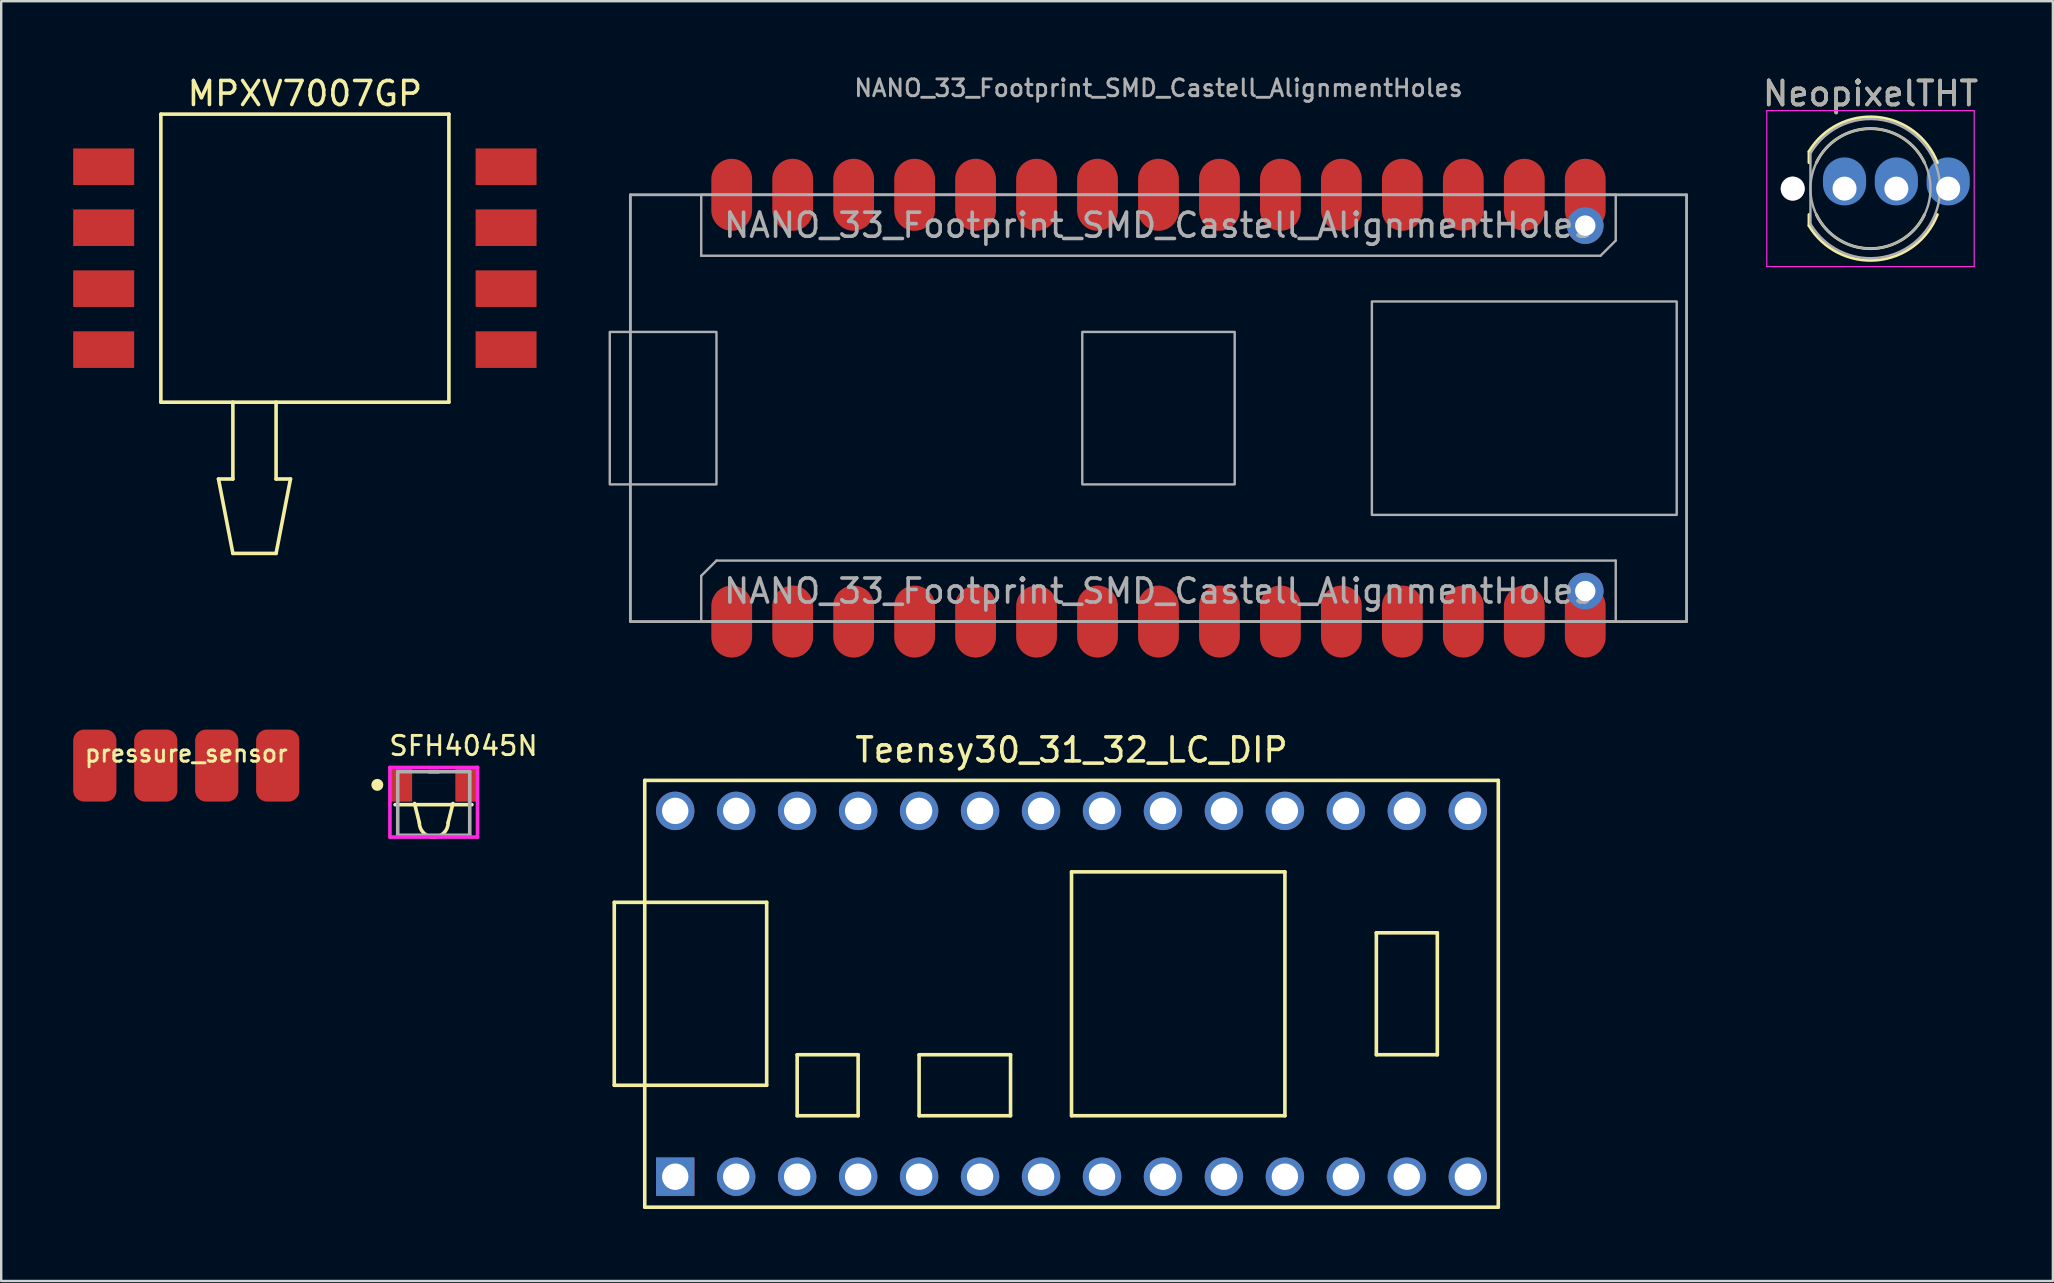
<source format=kicad_pcb>
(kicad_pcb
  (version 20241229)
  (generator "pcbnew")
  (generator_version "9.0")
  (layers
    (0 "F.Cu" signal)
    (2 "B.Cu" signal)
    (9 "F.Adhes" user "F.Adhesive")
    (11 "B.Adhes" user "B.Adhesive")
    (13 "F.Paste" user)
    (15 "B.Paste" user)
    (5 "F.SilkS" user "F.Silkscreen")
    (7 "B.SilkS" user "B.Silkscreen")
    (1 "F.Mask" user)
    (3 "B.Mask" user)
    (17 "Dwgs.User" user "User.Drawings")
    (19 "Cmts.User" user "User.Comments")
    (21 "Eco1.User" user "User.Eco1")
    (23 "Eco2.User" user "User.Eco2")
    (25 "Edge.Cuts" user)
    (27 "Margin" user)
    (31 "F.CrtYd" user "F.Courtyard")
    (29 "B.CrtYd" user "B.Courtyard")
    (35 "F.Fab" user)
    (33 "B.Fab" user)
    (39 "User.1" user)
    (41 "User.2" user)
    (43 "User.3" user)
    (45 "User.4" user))
  (footprint "pressure_sensor"
    (layer "F.Cu")
    (at 4.71 28.845)
    (property "Reference" "pressure_sensor" (at 0 -0.5 0) (unlocked yes) (layer "F.SilkS") (effects (font (size 0.7 0.7) (thickness 0.12))))
    (attr smd)
    (pad "1" smd roundrect (at -3.81 0 90) (size 3 1.8) (layers "F.Cu" "F.Mask" "F.Paste") (roundrect_rratio 0.25))
    (pad "2" smd roundrect (at -1.27 0 90) (size 3 1.8) (layers "F.Cu" "F.Mask" "F.Paste") (roundrect_rratio 0.25))
    (pad "3" smd roundrect (at 1.27 0 90) (size 3 1.8) (layers "F.Cu" "F.Mask" "F.Paste") (roundrect_rratio 0.25))
    (pad "4" smd roundrect (at 3.81 0 90) (size 3 1.8) (layers "F.Cu" "F.Mask" "F.Paste") (roundrect_rratio 0.25)))
  (footprint "NANO_33_Footprint_SMD_Castell_AlignmentHoles"
    (layer "F.Cu")
    (at 45.214 13.955)
    (property "Reference" "NANO_33_Footprint_SMD_Castell_AlignmentHoles" (at 0 -13.335 0) (layer "F.Fab") (effects (font (size 0.7 0.7) (thickness 0.12))))
    (attr through_hole)
    (fp_line (start -22 -8.89) (end 22 -8.89) (stroke (width 0.12) (type solid)) (layer "F.Fab"))
    (fp_line (start -22 8.89) (end -22 -8.89) (stroke (width 0.12) (type solid)) (layer "F.Fab"))
    (fp_line (start -22 8.89) (end 22 8.89) (stroke (width 0.12) (type solid)) (layer "F.Fab"))
    (fp_line (start -19.05 -8.89) (end 19.05 -8.89) (stroke (width 0.1) (type solid)) (layer "F.Fab"))
    (fp_line (start -19.05 -6.35) (end -19.05 -8.89) (stroke (width 0.1) (type solid)) (layer "F.Fab"))
    (fp_line (start -19.05 6.985) (end -18.415 6.35) (stroke (width 0.1) (type solid)) (layer "F.Fab"))
    (fp_line (start -19.05 8.89) (end -19.05 6.985) (stroke (width 0.1) (type solid)) (layer "F.Fab"))
    (fp_line (start -18.415 6.35) (end 19.05 6.35) (stroke (width 0.1) (type solid)) (layer "F.Fab"))
    (fp_line (start 18.415 -6.35) (end -19.05 -6.35) (stroke (width 0.1) (type solid)) (layer "F.Fab"))
    (fp_line (start 19.05 -8.89) (end 19.05 -6.985) (stroke (width 0.1) (type solid)) (layer "F.Fab"))
    (fp_line (start 19.05 -6.985) (end 18.415 -6.35) (stroke (width 0.1) (type solid)) (layer "F.Fab"))
    (fp_line (start 19.05 6.35) (end 19.05 8.89) (stroke (width 0.1) (type solid)) (layer "F.Fab"))
    (fp_line (start 19.05 8.89) (end -19.05 8.89) (stroke (width 0.1) (type solid)) (layer "F.Fab"))
    (fp_line (start 22 8.89) (end 22 -8.89) (stroke (width 0.12) (type solid)) (layer "F.Fab"))
    (fp_poly (pts (xy -22.86 3.175) (xy -18.415 3.175) (xy -18.415 -3.175) (xy -22.86 -3.175)) (stroke (width 0.1) (type solid)) (fill no) (layer "F.Fab"))
    (fp_poly (pts (xy -3.175 3.175) (xy 3.175 3.175) (xy 3.175 -3.175) (xy -3.175 -3.175)) (stroke (width 0.1) (type solid)) (fill no) (layer "F.Fab"))
    (fp_poly (pts (xy 8.89 4.445) (xy 21.59 4.445) (xy 21.59 -4.445) (xy 8.89 -4.445)) (stroke (width 0.1) (type solid)) (fill no) (layer "F.Fab"))
    (fp_text user "${REFERENCE}" (at 0 -7.62 0) (layer "F.Fab") (effects (font (size 1 1) (thickness 0.15))))
    (fp_text user "${REFERENCE}" (at 0 7.62 0) (layer "F.Fab") (effects (font (size 1 1) (thickness 0.15))))
    (pad "1" smd oval (at 17.78 -8.89 270) (size 3 1.7) (layers "F.Cu" "F.Mask"))
    (pad "1" thru_hole circle (at 17.78 -7.605) (size 1.524 1.524) (drill 0.85) (layers "*.Cu" "*.Mask"))
    (pad "2" smd oval (at 15.24 -8.89 270) (size 3 1.7) (layers "F.Cu" "F.Mask"))
    (pad "3" smd oval (at 12.7 -8.89 270) (size 3 1.7) (layers "F.Cu" "F.Mask"))
    (pad "4" smd oval (at 10.16 -8.89 270) (size 3 1.7) (layers "F.Cu" "F.Mask"))
    (pad "5" smd oval (at 7.62 -8.89 270) (size 3 1.7) (layers "F.Cu" "F.Mask"))
    (pad "6" smd oval (at 5.08 -8.89 270) (size 3 1.7) (layers "F.Cu" "F.Mask"))
    (pad "7" smd oval (at 2.54 -8.89 270) (size 3 1.7) (layers "F.Cu" "F.Mask"))
    (pad "8" smd oval (at 0 -8.89 270) (size 3 1.7) (layers "F.Cu" "F.Mask"))
    (pad "9" smd oval (at -2.54 -8.89 270) (size 3 1.7) (layers "F.Cu" "F.Mask"))
    (pad "10" smd oval (at -5.08 -8.89 270) (size 3 1.7) (layers "F.Cu" "F.Mask"))
    (pad "11" smd oval (at -7.62 -8.89 270) (size 3 1.7) (layers "F.Cu" "F.Mask"))
    (pad "12" smd oval (at -10.16 -8.89 270) (size 3 1.7) (layers "F.Cu" "F.Mask"))
    (pad "13" smd oval (at -12.7 -8.89 270) (size 3 1.7) (layers "F.Cu" "F.Mask"))
    (pad "14" smd oval (at -15.24 -8.89 270) (size 3 1.7) (layers "F.Cu" "F.Mask"))
    (pad "15" smd oval (at -17.78 -8.89 270) (size 3 1.7) (layers "F.Cu" "F.Mask"))
    (pad "16" smd oval (at -17.78 8.89 90) (size 3 1.7) (layers "F.Cu" "F.Mask"))
    (pad "17" smd oval (at -15.24 8.89 90) (size 3 1.7) (layers "F.Cu" "F.Mask"))
    (pad "18" smd oval (at -12.7 8.89 90) (size 3 1.7) (layers "F.Cu" "F.Mask"))
    (pad "19" smd oval (at -10.16 8.89 90) (size 3 1.7) (layers "F.Cu" "F.Mask"))
    (pad "20" smd oval (at -7.62 8.89 90) (size 3 1.7) (layers "F.Cu" "F.Mask"))
    (pad "21" smd oval (at -5.08 8.89 90) (size 3 1.7) (layers "F.Cu" "F.Mask"))
    (pad "22" smd oval (at -2.54 8.89 90) (size 3 1.7) (layers "F.Cu" "F.Mask"))
    (pad "23" smd oval (at 0 8.89 90) (size 3 1.7) (layers "F.Cu" "F.Mask"))
    (pad "24" smd oval (at 2.54 8.89 90) (size 3 1.7) (layers "F.Cu" "F.Mask"))
    (pad "25" smd oval (at 5.08 8.89 90) (size 3 1.7) (layers "F.Cu" "F.Mask"))
    (pad "26" smd oval (at 7.62 8.89 90) (size 3 1.7) (layers "F.Cu" "F.Mask"))
    (pad "27" smd oval (at 10.16 8.89 90) (size 3 1.7) (layers "F.Cu" "F.Mask"))
    (pad "28" smd oval (at 12.7 8.89 90) (size 3 1.7) (layers "F.Cu" "F.Mask"))
    (pad "29" smd oval (at 15.24 8.89 90) (size 3 1.7) (layers "F.Cu" "F.Mask"))
    (pad "30" thru_hole circle (at 17.78 7.62) (size 1.524 1.524) (drill 0.85) (layers "*.Cu" "*.Mask"))
    (pad "30" smd oval (at 17.78 8.89 90) (size 3 1.7) (layers "F.Cu" "F.Mask")))
  (footprint "Teensy30_31_32_LC_DIP"
    (layer "F.Cu")
    (at 41.591 38.353)
    (property "Reference" "Teensy30_31_32_LC_DIP" (at 0 -10.16 0) (layer "F.SilkS") (effects (font (size 1 1) (thickness 0.15))))
    (attr through_hole)
    (fp_line (start -19.05 -3.81) (end -17.78 -3.81) (stroke (width 0.15) (type solid)) (layer "F.SilkS"))
    (fp_line (start -19.05 3.81) (end -19.05 -3.81) (stroke (width 0.15) (type solid)) (layer "F.SilkS"))
    (fp_line (start -17.78 -8.89) (end 17.78 -8.89) (stroke (width 0.15) (type solid)) (layer "F.SilkS"))
    (fp_line (start -17.78 3.81) (end -19.05 3.81) (stroke (width 0.15) (type solid)) (layer "F.SilkS"))
    (fp_line (start -17.78 8.89) (end -17.78 -8.89) (stroke (width 0.15) (type solid)) (layer "F.SilkS"))
    (fp_line (start -12.7 -3.81) (end -17.78 -3.81) (stroke (width 0.15) (type solid)) (layer "F.SilkS"))
    (fp_line (start -12.7 3.81) (end -17.78 3.81) (stroke (width 0.15) (type solid)) (layer "F.SilkS"))
    (fp_line (start -12.7 3.81) (end -12.7 -3.81) (stroke (width 0.15) (type solid)) (layer "F.SilkS"))
    (fp_line (start -11.43 2.54) (end -11.43 5.08) (stroke (width 0.15) (type solid)) (layer "F.SilkS"))
    (fp_line (start -11.43 5.08) (end -8.89 5.08) (stroke (width 0.15) (type solid)) (layer "F.SilkS"))
    (fp_line (start -8.89 2.54) (end -11.43 2.54) (stroke (width 0.15) (type solid)) (layer "F.SilkS"))
    (fp_line (start -8.89 5.08) (end -8.89 2.54) (stroke (width 0.15) (type solid)) (layer "F.SilkS"))
    (fp_line (start -6.35 2.54) (end -6.35 5.08) (stroke (width 0.15) (type solid)) (layer "F.SilkS"))
    (fp_line (start -6.35 5.08) (end -2.54 5.08) (stroke (width 0.15) (type solid)) (layer "F.SilkS"))
    (fp_line (start -2.54 2.54) (end -6.35 2.54) (stroke (width 0.15) (type solid)) (layer "F.SilkS"))
    (fp_line (start -2.54 5.08) (end -2.54 2.54) (stroke (width 0.15) (type solid)) (layer "F.SilkS"))
    (fp_line (start 0 -5.08) (end 0 5.08) (stroke (width 0.15) (type solid)) (layer "F.SilkS"))
    (fp_line (start 8.89 -5.08) (end 0 -5.08) (stroke (width 0.15) (type solid)) (layer "F.SilkS"))
    (fp_line (start 8.89 5.08) (end 0 5.08) (stroke (width 0.15) (type solid)) (layer "F.SilkS"))
    (fp_line (start 8.89 5.08) (end 8.89 -5.08) (stroke (width 0.15) (type solid)) (layer "F.SilkS"))
    (fp_line (start 12.7 -2.54) (end 15.24 -2.54) (stroke (width 0.15) (type solid)) (layer "F.SilkS"))
    (fp_line (start 12.7 2.54) (end 12.7 -2.54) (stroke (width 0.15) (type solid)) (layer "F.SilkS"))
    (fp_line (start 15.24 -2.54) (end 15.24 2.54) (stroke (width 0.15) (type solid)) (layer "F.SilkS"))
    (fp_line (start 15.24 2.54) (end 12.7 2.54) (stroke (width 0.15) (type solid)) (layer "F.SilkS"))
    (fp_line (start 17.78 -8.89) (end 17.78 8.89) (stroke (width 0.15) (type solid)) (layer "F.SilkS"))
    (fp_line (start 17.78 8.89) (end -17.78 8.89) (stroke (width 0.15) (type solid)) (layer "F.SilkS"))
    (pad "1" thru_hole rect (at -16.51 7.62) (size 1.6 1.6) (drill 1.1) (layers "*.Cu" "*.Mask"))
    (pad "2" thru_hole circle (at -13.97 7.62) (size 1.6 1.6) (drill 1.1) (layers "*.Cu" "*.Mask"))
    (pad "3" thru_hole circle (at -11.43 7.62) (size 1.6 1.6) (drill 1.1) (layers "*.Cu" "*.Mask"))
    (pad "4" thru_hole circle (at -8.89 7.62) (size 1.6 1.6) (drill 1.1) (layers "*.Cu" "*.Mask"))
    (pad "5" thru_hole circle (at -6.35 7.62) (size 1.6 1.6) (drill 1.1) (layers "*.Cu" "*.Mask"))
    (pad "6" thru_hole circle (at -3.81 7.62) (size 1.6 1.6) (drill 1.1) (layers "*.Cu" "*.Mask"))
    (pad "7" thru_hole circle (at -1.27 7.62) (size 1.6 1.6) (drill 1.1) (layers "*.Cu" "*.Mask"))
    (pad "8" thru_hole circle (at 1.27 7.62) (size 1.6 1.6) (drill 1.1) (layers "*.Cu" "*.Mask"))
    (pad "9" thru_hole circle (at 3.81 7.62) (size 1.6 1.6) (drill 1.1) (layers "*.Cu" "*.Mask"))
    (pad "10" thru_hole circle (at 6.35 7.62) (size 1.6 1.6) (drill 1.1) (layers "*.Cu" "*.Mask"))
    (pad "11" thru_hole circle (at 8.89 7.62) (size 1.6 1.6) (drill 1.1) (layers "*.Cu" "*.Mask"))
    (pad "12" thru_hole circle (at 11.43 7.62) (size 1.6 1.6) (drill 1.1) (layers "*.Cu" "*.Mask"))
    (pad "13" thru_hole circle (at 13.97 7.62) (size 1.6 1.6) (drill 1.1) (layers "*.Cu" "*.Mask"))
    (pad "14" thru_hole circle (at 16.51 7.62) (size 1.6 1.6) (drill 1.1) (layers "*.Cu" "*.Mask"))
    (pad "20" thru_hole circle (at 16.51 -7.62) (size 1.6 1.6) (drill 1.1) (layers "*.Cu" "*.Mask"))
    (pad "21" thru_hole circle (at 13.97 -7.62) (size 1.6 1.6) (drill 1.1) (layers "*.Cu" "*.Mask"))
    (pad "22" thru_hole circle (at 11.43 -7.62) (size 1.6 1.6) (drill 1.1) (layers "*.Cu" "*.Mask"))
    (pad "23" thru_hole circle (at 8.89 -7.62) (size 1.6 1.6) (drill 1.1) (layers "*.Cu" "*.Mask"))
    (pad "24" thru_hole circle (at 6.35 -7.62) (size 1.6 1.6) (drill 1.1) (layers "*.Cu" "*.Mask"))
    (pad "25" thru_hole circle (at 3.81 -7.62) (size 1.6 1.6) (drill 1.1) (layers "*.Cu" "*.Mask"))
    (pad "26" thru_hole circle (at 1.27 -7.62) (size 1.6 1.6) (drill 1.1) (layers "*.Cu" "*.Mask"))
    (pad "27" thru_hole circle (at -1.27 -7.62) (size 1.6 1.6) (drill 1.1) (layers "*.Cu" "*.Mask"))
    (pad "28" thru_hole circle (at -3.81 -7.62) (size 1.6 1.6) (drill 1.1) (layers "*.Cu" "*.Mask"))
    (pad "29" thru_hole circle (at -6.35 -7.62) (size 1.6 1.6) (drill 1.1) (layers "*.Cu" "*.Mask"))
    (pad "30" thru_hole circle (at -8.89 -7.62) (size 1.6 1.6) (drill 1.1) (layers "*.Cu" "*.Mask"))
    (pad "31" thru_hole circle (at -11.43 -7.62) (size 1.6 1.6) (drill 1.1) (layers "*.Cu" "*.Mask"))
    (pad "32" thru_hole circle (at -13.97 -7.62) (size 1.6 1.6) (drill 1.1) (layers "*.Cu" "*.Mask"))
    (pad "33" thru_hole circle (at -16.51 -7.62) (size 1.6 1.6) (drill 1.1) (layers "*.Cu" "*.Mask")))
  (footprint "SFH4045N"
    (layer "F.Cu")
    (at 15.02 30.424)
    (property "Reference" "SFH4045N" (at -1.925 -2.4 0) (layer "F.SilkS") (effects (font (size 0.8 0.8) (thickness 0.12)) (justify left)))
    (attr through_hole)
    (fp_line (start -0.6 0.8) (end -0.8 0) (stroke (width 0.15) (type solid)) (layer "F.SilkS"))
    (fp_line (start -0.2 -1.325) (end 0.2 -1.325) (stroke (width 0.15) (type solid)) (layer "F.SilkS"))
    (fp_line (start 0.6 0.8) (end 0.8 0) (stroke (width 0.15) (type solid)) (layer "F.SilkS"))
    (fp_line (start 1.59 0.05) (end -1.61 0.05) (stroke (width 0.15) (type solid)) (layer "F.SilkS"))
    (fp_arc (start 0.6 0.8) (mid 0 1.4) (end -0.6 0.8) (stroke (width 0.15) (type solid)) (layer "F.SilkS"))
    (fp_circle (center -2.35 -0.775) (end -2.225 -0.775) (stroke (width 0.25) (type solid)) (fill no) (layer "F.SilkS"))
    (fp_line (start -1.825 -1.5) (end -1.825 1.4) (stroke (width 0.15) (type solid)) (layer "F.CrtYd"))
    (fp_line (start -1.825 1.4) (end 1.825 1.4) (stroke (width 0.15) (type solid)) (layer "F.CrtYd"))
    (fp_line (start 1.825 -1.5) (end -1.825 -1.5) (stroke (width 0.15) (type solid)) (layer "F.CrtYd"))
    (fp_line (start 1.825 -1.5) (end 1.825 -1.5) (stroke (width 0.15) (type solid)) (layer "F.CrtYd"))
    (fp_line (start 1.825 1.4) (end 1.825 -1.5) (stroke (width 0.15) (type solid)) (layer "F.CrtYd"))
    (fp_line (start -1.5 -1.325) (end 1.5 -1.325) (stroke (width 0.15) (type solid)) (layer "F.Fab"))
    (fp_line (start -1.5 1.325) (end -1.5 -1.325) (stroke (width 0.15) (type solid)) (layer "F.Fab"))
    (fp_line (start 1.5 -1.325) (end 1.5 1.325) (stroke (width 0.15) (type solid)) (layer "F.Fab"))
    (fp_line (start 1.5 1.325) (end -1.5 1.325) (stroke (width 0.15) (type solid)) (layer "F.Fab"))
    (pad "1" smd rect (at -1.35 -0.775) (size 0.9 1.4) (layers "F.Cu" "F.Mask" "F.Paste"))
    (pad "2" smd rect (at 1.35 -0.775) (size 0.9 1.4) (layers "F.Cu" "F.Mask" "F.Paste")))
  (footprint "MPXV7007GP"
    (layer "F.Cu")
    (at 9.652 7.706)
    (property "Reference" "MPXV7007GP" (at 0 -6.858 0) (layer "F.SilkS") (effects (font (size 1 1) (thickness 0.15))))
    (attr smd)
    (fp_line (start -6 -6) (end 6 -6) (stroke (width 0.15) (type solid)) (layer "F.SilkS"))
    (fp_line (start -6 6) (end -6 -6) (stroke (width 0.15) (type solid)) (layer "F.SilkS"))
    (fp_line (start -3.6 9.2) (end -3 9.2) (stroke (width 0.15) (type solid)) (layer "F.SilkS"))
    (fp_line (start -3.6 9.2) (end -3 12.3) (stroke (width 0.15) (type solid)) (layer "F.SilkS"))
    (fp_line (start -3 9.2) (end -3 6) (stroke (width 0.15) (type solid)) (layer "F.SilkS"))
    (fp_line (start -3 12.3) (end -1.2 12.3) (stroke (width 0.15) (type solid)) (layer "F.SilkS"))
    (fp_line (start -1.2 9.2) (end -1.2 6) (stroke (width 0.15) (type solid)) (layer "F.SilkS"))
    (fp_line (start -1.2 9.2) (end -0.6 9.2) (stroke (width 0.15) (type solid)) (layer "F.SilkS"))
    (fp_line (start -1.2 12.3) (end -0.6 9.2) (stroke (width 0.15) (type solid)) (layer "F.SilkS"))
    (fp_line (start 6 -6) (end 6 6) (stroke (width 0.15) (type solid)) (layer "F.SilkS"))
    (fp_line (start 6 6) (end -6 6) (stroke (width 0.15) (type solid)) (layer "F.SilkS"))
    (pad "1" smd rect (at 8.382 3.81) (size 2.54 1.524) (layers "F.Cu" "F.Mask" "F.Paste"))
    (pad "2" smd rect (at 8.382 1.27) (size 2.54 1.524) (layers "F.Cu" "F.Mask" "F.Paste"))
    (pad "3" smd rect (at 8.382 -1.27) (size 2.54 1.524) (layers "F.Cu" "F.Mask" "F.Paste"))
    (pad "4" smd rect (at 8.382 -3.81) (size 2.54 1.524) (layers "F.Cu" "F.Mask" "F.Paste"))
    (pad "5" smd rect (at -8.382 -3.81) (size 2.54 1.524) (layers "F.Cu" "F.Mask" "F.Paste"))
    (pad "6" smd rect (at -8.382 -1.27) (size 2.54 1.524) (layers "F.Cu" "F.Mask" "F.Paste"))
    (pad "7" smd rect (at -8.382 1.27) (size 2.54 1.524) (layers "F.Cu" "F.Mask" "F.Paste"))
    (pad "8" smd rect (at -8.382 3.81) (size 2.54 1.524) (layers "F.Cu" "F.Mask" "F.Paste")))
  (footprint "NeopixelTHT"
    (layer "F.Cu")
    (at 71.637 4.808)
    (property "Reference" "NeopixelTHT" (at 3.239 -3.96 0) (layer "F.SilkS") (effects (font (size 1 1) (thickness 0.15))))
    (attr through_hole)
    (fp_line (start 0.678 -1.545) (end 0.678 -1.08) (stroke (width 0.12) (type solid)) (layer "F.SilkS"))
    (fp_line (start 0.678 1.08) (end 0.678 1.545) (stroke (width 0.12) (type solid)) (layer "F.SilkS"))
    (fp_arc (start 0.6785 -1.54483) (mid 3.496956 -2.978809) (end 6.026315 -1.080827) (stroke (width 0.12) (type solid)) (layer "F.SilkS"))
    (fp_arc (start 0.983816 -1.08) (mid 3.238262 -2.5) (end 5.492979 -1.080429) (stroke (width 0.12) (type solid)) (layer "F.SilkS"))
    (fp_arc (start 5.492979 1.080429) (mid 3.238262 2.5) (end 0.983816 1.08) (stroke (width 0.12) (type solid)) (layer "F.SilkS"))
    (fp_arc (start 6.026315 1.080827) (mid 3.496956 2.978808) (end 0.6785 1.54483) (stroke (width 0.12) (type solid)) (layer "F.SilkS"))
    (fp_line (start -1.08 -3.25) (end -1.08 3.25) (stroke (width 0.05) (type solid)) (layer "F.CrtYd"))
    (fp_line (start -1.08 3.25) (end 7.56 3.25) (stroke (width 0.05) (type solid)) (layer "F.CrtYd"))
    (fp_line (start 7.56 -3.25) (end -1.08 -3.25) (stroke (width 0.05) (type solid)) (layer "F.CrtYd"))
    (fp_line (start 7.56 3.25) (end 7.56 -3.25) (stroke (width 0.05) (type solid)) (layer "F.CrtYd"))
    (fp_line (start 0.739 -1.47) (end 0.739 1.47) (stroke (width 0.1) (type solid)) (layer "F.Fab"))
    (fp_arc (start 0.7385 -1.469694) (mid 6.1385 0.000016) (end 0.738484 1.469666) (stroke (width 0.1) (type solid)) (layer "F.Fab"))
    (fp_circle (center 3.239 0) (end 5.739 0) (stroke (width 0.1) (type solid)) (fill no) (layer "F.Fab"))
    (fp_text user "${REFERENCE}" (at 3.239 -3.96 0) (layer "F.Fab") (effects (font (size 1 1) (thickness 0.15))))
    (pad "1" thru_hole circle (at 0 0) (size 1 1) (drill 1) (layers "*.Cu" "*.Mask"))
    (pad "2" thru_hole circle (at 2.159 0) (size 1 1) (drill 1) (layers "*.Cu" "*.Mask"))
    (pad "2" smd oval (at 2.159 0) (size 1.8 2) (drill (offset 0 -0.3)) (layers "B.Cu" "B.Mask"))
    (pad "3" thru_hole circle (at 4.318 0) (size 1 1) (drill 1) (layers "*.Cu" "*.Mask"))
    (pad "3" smd oval (at 4.318 0) (size 1.8 2) (drill (offset 0 -0.3)) (layers "B.Cu" "B.Mask"))
    (pad "4" thru_hole circle (at 6.477 0) (size 1 1) (drill 1) (layers "*.Cu" "*.Mask"))
    (pad "4" smd oval (at 6.477 0) (size 1.8 2) (drill (offset 0 -0.3)) (layers "B.Cu" "B.Mask")))
  (gr_rect
    (start -3 -3)
    (end 82.476 50.318)
    (stroke (width 0.1) (type default))
    (fill no)
    (layer "Edge.Cuts")))
</source>
